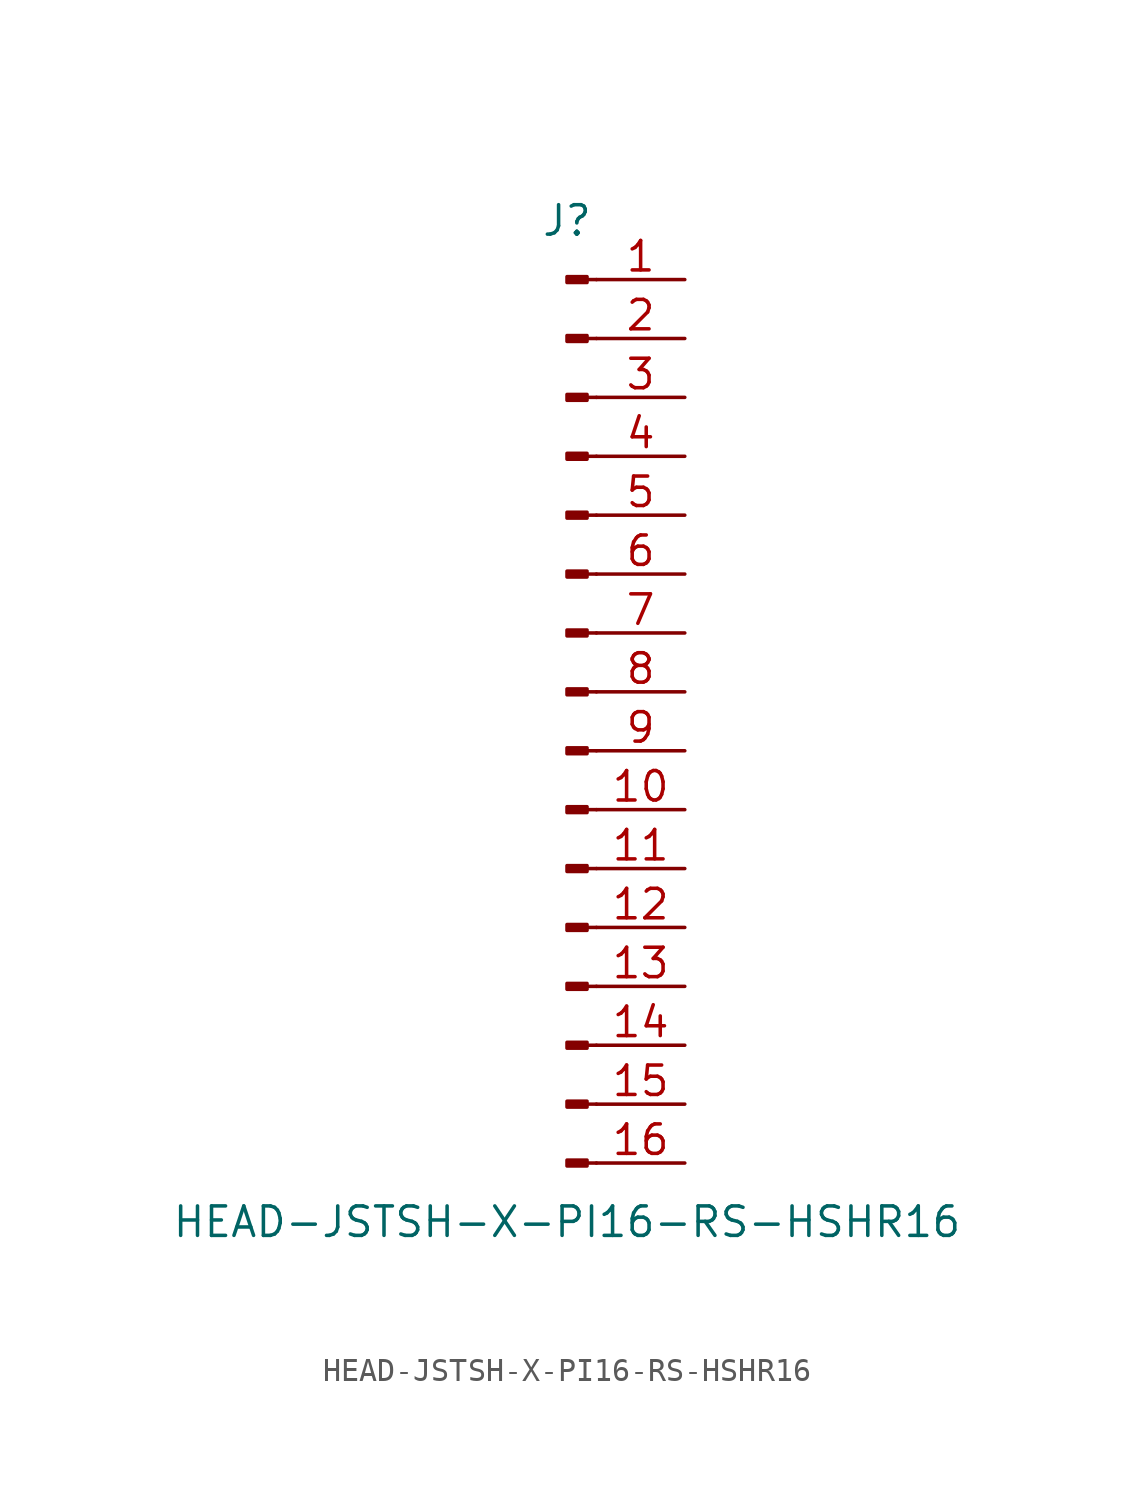
<source format=kicad_sym>
(kicad_symbol_lib
  (version 20211014)
  (generator kicad_symbol_editor)
  (symbol "HEAD-JSTSH-X-PI16-RS-HSHR16"
    (pin_names
      (offset 1.016) hide)
    (property "Reference" "J"
      (at 0 20.32 0)
      (effects (font (size 1.27 1.27))))
    (property "Value" "HEAD-JSTSH-X-PI16-RS-HSHR16"
      (at 0 -22.86 0)
      (effects (font (size 1.27 1.27))))
    (symbol "HEAD-JSTSH-X-PI16-RS-HSHR16_1_1"
      (polyline (pts (xy 1.27 -20.32) (xy 0.864 -20.32)) (stroke (width 0.152) (type default) (color 0 0 0 0)) (fill (type none)))
      (polyline (pts (xy 1.27 -17.78) (xy 0.864 -17.78)) (stroke (width 0.152) (type default) (color 0 0 0 0)) (fill (type none)))
      (polyline (pts (xy 1.27 -15.24) (xy 0.864 -15.24)) (stroke (width 0.152) (type default) (color 0 0 0 0)) (fill (type none)))
      (polyline (pts (xy 1.27 -12.7) (xy 0.864 -12.7)) (stroke (width 0.152) (type default) (color 0 0 0 0)) (fill (type none)))
      (polyline (pts (xy 1.27 -10.16) (xy 0.864 -10.16)) (stroke (width 0.152) (type default) (color 0 0 0 0)) (fill (type none)))
      (polyline (pts (xy 1.27 -7.62) (xy 0.864 -7.62)) (stroke (width 0.152) (type default) (color 0 0 0 0)) (fill (type none)))
      (polyline (pts (xy 1.27 -5.08) (xy 0.864 -5.08)) (stroke (width 0.152) (type default) (color 0 0 0 0)) (fill (type none)))
      (polyline (pts (xy 1.27 -2.54) (xy 0.864 -2.54)) (stroke (width 0.152) (type default) (color 0 0 0 0)) (fill (type none)))
      (polyline (pts (xy 1.27 0) (xy 0.864 0)) (stroke (width 0.152) (type default) (color 0 0 0 0)) (fill (type none)))
      (polyline (pts (xy 1.27 2.54) (xy 0.864 2.54)) (stroke (width 0.152) (type default) (color 0 0 0 0)) (fill (type none)))
      (polyline (pts (xy 1.27 5.08) (xy 0.864 5.08)) (stroke (width 0.152) (type default) (color 0 0 0 0)) (fill (type none)))
      (polyline (pts (xy 1.27 7.62) (xy 0.864 7.62)) (stroke (width 0.152) (type default) (color 0 0 0 0)) (fill (type none)))
      (polyline (pts (xy 1.27 10.16) (xy 0.864 10.16)) (stroke (width 0.152) (type default) (color 0 0 0 0)) (fill (type none)))
      (polyline (pts (xy 1.27 12.7) (xy 0.864 12.7)) (stroke (width 0.152) (type default) (color 0 0 0 0)) (fill (type none)))
      (polyline (pts (xy 1.27 15.24) (xy 0.864 15.24)) (stroke (width 0.152) (type default) (color 0 0 0 0)) (fill (type none)))
      (polyline (pts (xy 1.27 17.78) (xy 0.864 17.78)) (stroke (width 0.152) (type default) (color 0 0 0 0)) (fill (type none)))
      (rectangle (start 0.864 -20.193) (end 0 -20.447) (stroke (width 0.152) (type default) (color 0 0 0 0)) (fill (type outline)))
      (rectangle (start 0.864 -17.653) (end 0 -17.907) (stroke (width 0.152) (type default) (color 0 0 0 0)) (fill (type outline)))
      (rectangle (start 0.864 -15.113) (end 0 -15.367) (stroke (width 0.152) (type default) (color 0 0 0 0)) (fill (type outline)))
      (rectangle (start 0.864 -12.573) (end 0 -12.827) (stroke (width 0.152) (type default) (color 0 0 0 0)) (fill (type outline)))
      (rectangle (start 0.864 -10.033) (end 0 -10.287) (stroke (width 0.152) (type default) (color 0 0 0 0)) (fill (type outline)))
      (rectangle (start 0.864 -7.493) (end 0 -7.747) (stroke (width 0.152) (type default) (color 0 0 0 0)) (fill (type outline)))
      (rectangle (start 0.864 -4.953) (end 0 -5.207) (stroke (width 0.152) (type default) (color 0 0 0 0)) (fill (type outline)))
      (rectangle (start 0.864 -2.413) (end 0 -2.667) (stroke (width 0.152) (type default) (color 0 0 0 0)) (fill (type outline)))
      (rectangle (start 0.864 0.127) (end 0 -0.127) (stroke (width 0.152) (type default) (color 0 0 0 0)) (fill (type outline)))
      (rectangle (start 0.864 2.667) (end 0 2.413) (stroke (width 0.152) (type default) (color 0 0 0 0)) (fill (type outline)))
      (rectangle (start 0.864 5.207) (end 0 4.953) (stroke (width 0.152) (type default) (color 0 0 0 0)) (fill (type outline)))
      (rectangle (start 0.864 7.747) (end 0 7.493) (stroke (width 0.152) (type default) (color 0 0 0 0)) (fill (type outline)))
      (rectangle (start 0.864 10.287) (end 0 10.033) (stroke (width 0.152) (type default) (color 0 0 0 0)) (fill (type outline)))
      (rectangle (start 0.864 12.827) (end 0 12.573) (stroke (width 0.152) (type default) (color 0 0 0 0)) (fill (type outline)))
      (rectangle (start 0.864 15.367) (end 0 15.113) (stroke (width 0.152) (type default) (color 0 0 0 0)) (fill (type outline)))
      (rectangle (start 0.864 17.907) (end 0 17.653) (stroke (width 0.152) (type default) (color 0 0 0 0)) (fill (type outline)))
      (pin passive line (at 5.08 17.78 180) (length 3.81) (name "Pin_1" (effects (font (size 1.27 1.27)))) (number "1" (effects (font (size 1.27 1.27)))))
      (pin passive line (at 5.08 -5.08 180) (length 3.81) (name "Pin_10" (effects (font (size 1.27 1.27)))) (number "10" (effects (font (size 1.27 1.27)))))
      (pin passive line (at 5.08 -7.62 180) (length 3.81) (name "Pin_11" (effects (font (size 1.27 1.27)))) (number "11" (effects (font (size 1.27 1.27)))))
      (pin passive line (at 5.08 -10.16 180) (length 3.81) (name "Pin_12" (effects (font (size 1.27 1.27)))) (number "12" (effects (font (size 1.27 1.27)))))
      (pin passive line (at 5.08 -12.7 180) (length 3.81) (name "Pin_13" (effects (font (size 1.27 1.27)))) (number "13" (effects (font (size 1.27 1.27)))))
      (pin passive line (at 5.08 -15.24 180) (length 3.81) (name "Pin_14" (effects (font (size 1.27 1.27)))) (number "14" (effects (font (size 1.27 1.27)))))
      (pin passive line (at 5.08 -17.78 180) (length 3.81) (name "Pin_15" (effects (font (size 1.27 1.27)))) (number "15" (effects (font (size 1.27 1.27)))))
      (pin passive line (at 5.08 -20.32 180) (length 3.81) (name "Pin_16" (effects (font (size 1.27 1.27)))) (number "16" (effects (font (size 1.27 1.27)))))
      (pin passive line (at 5.08 15.24 180) (length 3.81) (name "Pin_2" (effects (font (size 1.27 1.27)))) (number "2" (effects (font (size 1.27 1.27)))))
      (pin passive line (at 5.08 12.7 180) (length 3.81) (name "Pin_3" (effects (font (size 1.27 1.27)))) (number "3" (effects (font (size 1.27 1.27)))))
      (pin passive line (at 5.08 10.16 180) (length 3.81) (name "Pin_4" (effects (font (size 1.27 1.27)))) (number "4" (effects (font (size 1.27 1.27)))))
      (pin passive line (at 5.08 7.62 180) (length 3.81) (name "Pin_5" (effects (font (size 1.27 1.27)))) (number "5" (effects (font (size 1.27 1.27)))))
      (pin passive line (at 5.08 5.08 180) (length 3.81) (name "Pin_6" (effects (font (size 1.27 1.27)))) (number "6" (effects (font (size 1.27 1.27)))))
      (pin passive line (at 5.08 2.54 180) (length 3.81) (name "Pin_7" (effects (font (size 1.27 1.27)))) (number "7" (effects (font (size 1.27 1.27)))))
      (pin passive line (at 5.08 0 180) (length 3.81) (name "Pin_8" (effects (font (size 1.27 1.27)))) (number "8" (effects (font (size 1.27 1.27)))))
      (pin passive line (at 5.08 -2.54 180) (length 3.81) (name "Pin_9" (effects (font (size 1.27 1.27)))) (number "9" (effects (font (size 1.27 1.27))))))))
</source>
